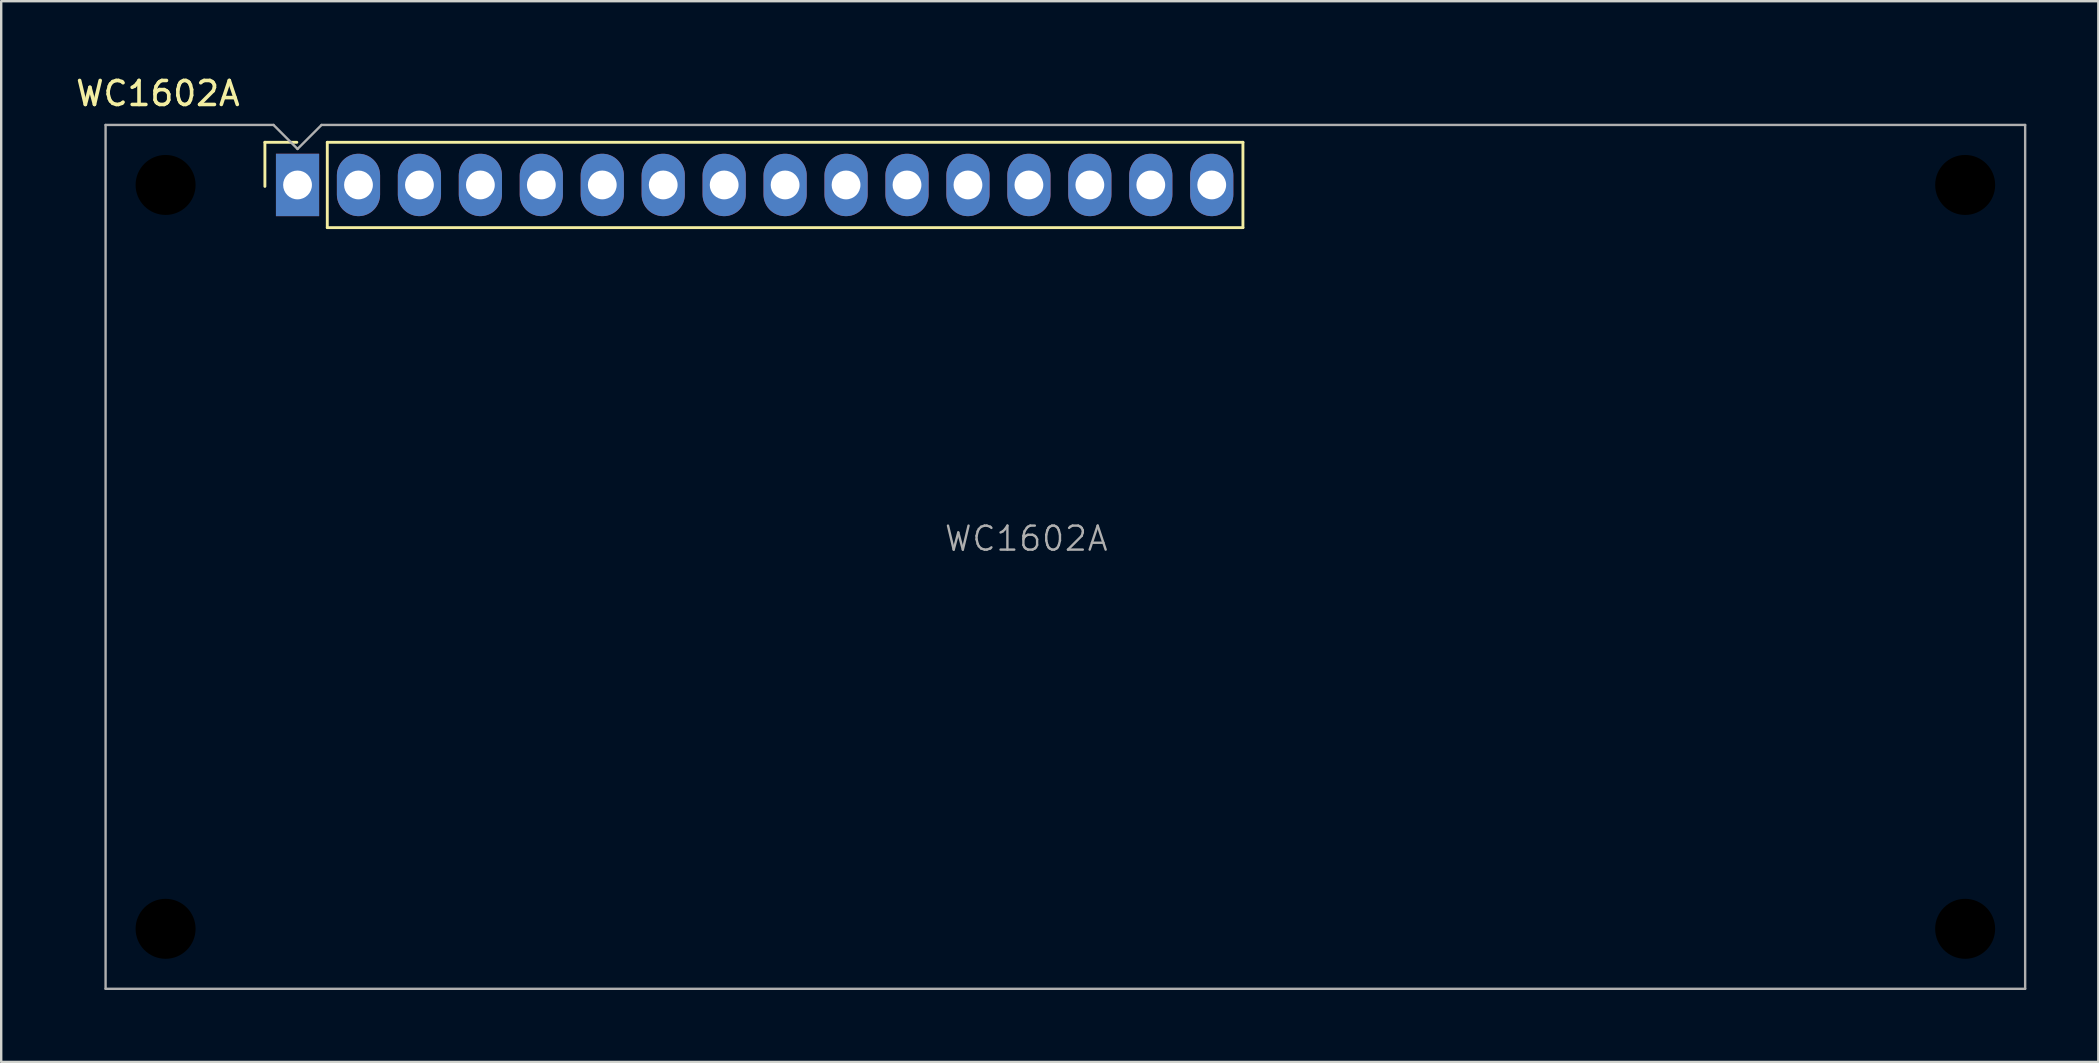
<source format=kicad_pcb>
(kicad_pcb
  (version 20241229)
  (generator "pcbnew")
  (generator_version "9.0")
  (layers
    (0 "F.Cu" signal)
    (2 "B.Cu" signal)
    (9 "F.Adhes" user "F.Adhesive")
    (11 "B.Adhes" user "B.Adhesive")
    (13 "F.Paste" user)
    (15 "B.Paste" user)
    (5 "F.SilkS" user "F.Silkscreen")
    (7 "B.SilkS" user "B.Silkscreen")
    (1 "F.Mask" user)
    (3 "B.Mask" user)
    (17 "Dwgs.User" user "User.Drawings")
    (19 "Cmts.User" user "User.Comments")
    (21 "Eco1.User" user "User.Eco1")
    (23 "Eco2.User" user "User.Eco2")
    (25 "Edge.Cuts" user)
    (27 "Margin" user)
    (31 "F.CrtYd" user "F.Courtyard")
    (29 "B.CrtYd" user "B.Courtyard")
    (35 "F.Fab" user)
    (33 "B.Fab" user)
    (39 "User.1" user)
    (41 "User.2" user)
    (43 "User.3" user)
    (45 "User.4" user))
  (footprint "WC1602A"
    (layer "F.Cu")
    (at 9.35 4.658)
    (property "Reference" "WC1602A" (at -5.82 -3.81 0) (layer "F.SilkS") (effects (font (size 1 1) (thickness 0.15))))
    (attr through_hole)
    (fp_line (start -1.36 -1.778) (end -0.03 -1.778) (stroke (width 0.12) (type solid)) (layer "F.SilkS"))
    (fp_line (start -1.36 0.06) (end -1.36 -1.778) (stroke (width 0.12) (type solid)) (layer "F.SilkS"))
    (fp_line (start 1.24 -1.778) (end 39.4 -1.778) (stroke (width 0.12) (type solid)) (layer "F.SilkS"))
    (fp_line (start 1.24 1.778) (end 1.24 -1.778) (stroke (width 0.12) (type solid)) (layer "F.SilkS"))
    (fp_line (start 1.24 1.778) (end 39.4 1.778) (stroke (width 0.12) (type solid)) (layer "F.SilkS"))
    (fp_line (start 39.4 1.778) (end 39.4 -1.778) (stroke (width 0.12) (type solid)) (layer "F.SilkS"))
    (fp_line (start -8 33.5) (end -8 -2.5) (stroke (width 0.1) (type solid)) (layer "F.Fab"))
    (fp_line (start -1 -2.5) (end -8 -2.5) (stroke (width 0.1) (type solid)) (layer "F.Fab"))
    (fp_line (start 0 -1.5) (end -1 -2.5) (stroke (width 0.1) (type solid)) (layer "F.Fab"))
    (fp_line (start 1 -2.5) (end 0 -1.5) (stroke (width 0.1) (type solid)) (layer "F.Fab"))
    (fp_line (start 1 -2.5) (end 72 -2.5) (stroke (width 0.1) (type solid)) (layer "F.Fab"))
    (fp_line (start 72 -2.5) (end 72 33.5) (stroke (width 0.1) (type solid)) (layer "F.Fab"))
    (fp_line (start 72 33.5) (end -8 33.5) (stroke (width 0.1) (type solid)) (layer "F.Fab"))
    (fp_text user "${REFERENCE}" (at 30.37 14.74 0) (layer "F.Fab") (effects (font (size 1 1) (thickness 0.1))))
    (pad "" np_thru_hole circle (at -5.499 0) (size 2.5 2.5) (drill 2.5) (layers "*.Mask"))
    (pad "" np_thru_hole circle (at -5.499 31.001) (size 2.5 2.5) (drill 2.5) (layers "*.Mask"))
    (pad "" np_thru_hole circle (at 69.499 31.001) (size 2.5 2.5) (drill 2.5) (layers "*.Mask"))
    (pad "" np_thru_hole circle (at 69.5 0) (size 2.5 2.5) (drill 2.5) (layers "*.Mask"))
    (pad "1" thru_hole rect (at 0 0) (size 1.8 2.6) (drill 1.2) (layers "*.Cu" "*.Mask"))
    (pad "2" thru_hole oval (at 2.54 0) (size 1.8 2.6) (drill 1.2) (layers "*.Cu" "*.Mask"))
    (pad "3" thru_hole oval (at 5.08 0) (size 1.8 2.6) (drill 1.2) (layers "*.Cu" "*.Mask"))
    (pad "4" thru_hole oval (at 7.62 0) (size 1.8 2.6) (drill 1.2) (layers "*.Cu" "*.Mask"))
    (pad "5" thru_hole oval (at 10.16 0) (size 1.8 2.6) (drill 1.2) (layers "*.Cu" "*.Mask"))
    (pad "6" thru_hole oval (at 12.7 0) (size 1.8 2.6) (drill 1.2) (layers "*.Cu" "*.Mask"))
    (pad "7" thru_hole oval (at 15.24 0) (size 1.8 2.6) (drill 1.2) (layers "*.Cu" "*.Mask"))
    (pad "8" thru_hole oval (at 17.78 0) (size 1.8 2.6) (drill 1.2) (layers "*.Cu" "*.Mask"))
    (pad "9" thru_hole oval (at 20.32 0) (size 1.8 2.6) (drill 1.2) (layers "*.Cu" "*.Mask"))
    (pad "10" thru_hole oval (at 22.86 0) (size 1.8 2.6) (drill 1.2) (layers "*.Cu" "*.Mask"))
    (pad "11" thru_hole oval (at 25.4 0) (size 1.8 2.6) (drill 1.2) (layers "*.Cu" "*.Mask"))
    (pad "12" thru_hole oval (at 27.94 0) (size 1.8 2.6) (drill 1.2) (layers "*.Cu" "*.Mask"))
    (pad "13" thru_hole oval (at 30.48 0) (size 1.8 2.6) (drill 1.2) (layers "*.Cu" "*.Mask"))
    (pad "14" thru_hole oval (at 33.02 0) (size 1.8 2.6) (drill 1.2) (layers "*.Cu" "*.Mask"))
    (pad "15" thru_hole oval (at 35.56 0) (size 1.8 2.6) (drill 1.2) (layers "*.Cu" "*.Mask"))
    (pad "16" thru_hole oval (at 38.1 0) (size 1.8 2.6) (drill 1.2) (layers "*.Cu" "*.Mask")))
  (gr_rect
    (start -3 -3)
    (end 84.4 41.208)
    (stroke (width 0.1) (type default))
    (fill no)
    (layer "Edge.Cuts")))
</source>
